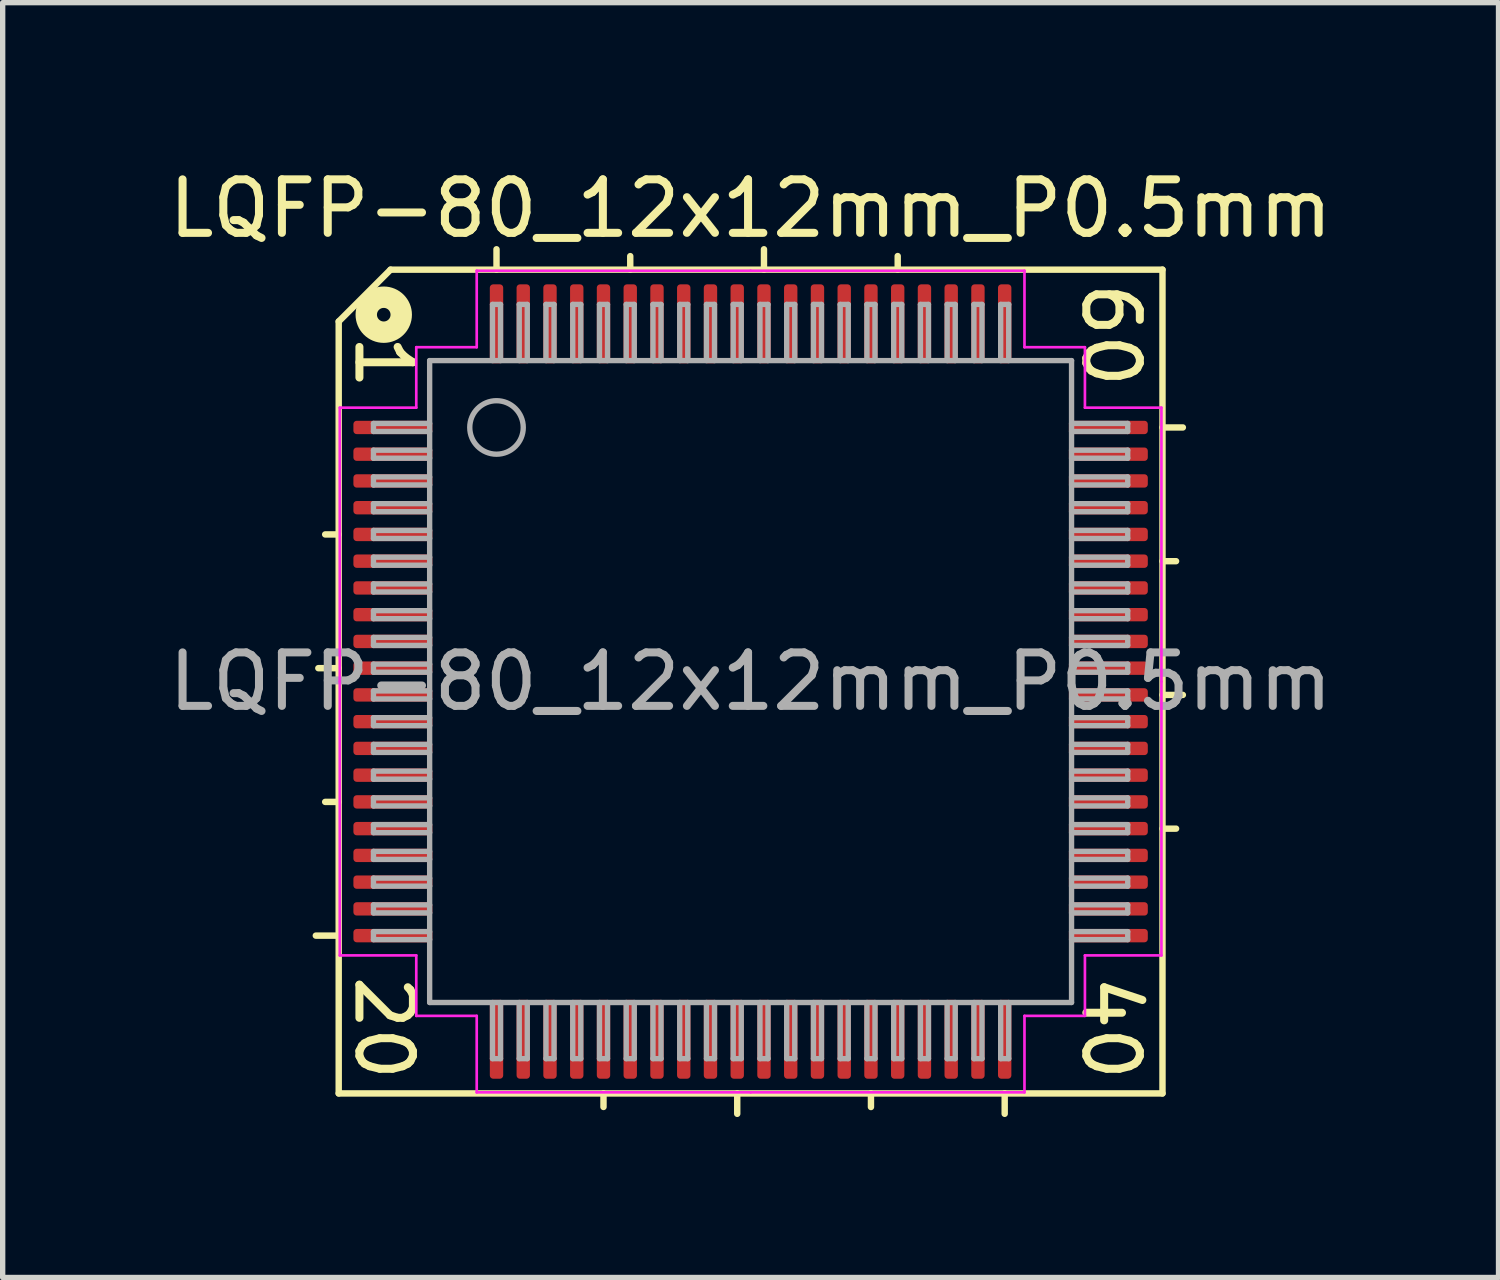
<source format=kicad_pcb>
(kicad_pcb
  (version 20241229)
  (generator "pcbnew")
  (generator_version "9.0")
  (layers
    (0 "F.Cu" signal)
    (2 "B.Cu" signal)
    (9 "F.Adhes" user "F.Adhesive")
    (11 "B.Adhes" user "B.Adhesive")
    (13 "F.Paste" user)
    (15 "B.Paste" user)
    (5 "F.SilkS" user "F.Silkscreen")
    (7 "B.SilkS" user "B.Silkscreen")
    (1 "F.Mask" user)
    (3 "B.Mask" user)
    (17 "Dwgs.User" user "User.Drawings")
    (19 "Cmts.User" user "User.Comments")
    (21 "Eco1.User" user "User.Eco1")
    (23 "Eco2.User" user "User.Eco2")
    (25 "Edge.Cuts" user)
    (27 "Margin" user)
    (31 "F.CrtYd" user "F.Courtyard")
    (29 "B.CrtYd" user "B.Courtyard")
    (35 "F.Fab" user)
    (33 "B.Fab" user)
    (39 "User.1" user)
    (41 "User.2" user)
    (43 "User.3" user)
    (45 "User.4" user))
  (footprint "LQFP-80_12x12mm_P0.5mm"
    (layer "F.Cu")
    (at 10.982 9.691)
    (property "Reference" "LQFP-80_12x12mm_P0.5mm" (at 0 -8.843 0) (layer "F.SilkS") (effects (font (size 1 1) (thickness 0.15))))
    (attr smd)
    (fp_line (start -8.128 4.75) (end -7.747 4.75) (stroke (width 0.12) (type solid)) (layer "F.SilkS"))
    (fp_line (start -8.081 -0.25) (end -7.7 -0.25) (stroke (width 0.12) (type solid)) (layer "F.SilkS"))
    (fp_line (start -7.953 2.25) (end -7.7 2.25) (stroke (width 0.12) (type solid)) (layer "F.SilkS"))
    (fp_line (start -7.7 -6.731) (end -7.7 7.7) (stroke (width 0.12) (type solid)) (layer "F.SilkS"))
    (fp_line (start -7.7 -2.75) (end -7.953 -2.75) (stroke (width 0.12) (type solid)) (layer "F.SilkS"))
    (fp_line (start -7.7 7.7) (end 7.7 7.7) (stroke (width 0.12) (type solid)) (layer "F.SilkS"))
    (fp_line (start -6.731 -7.7) (end -7.7 -6.731) (stroke (width 0.12) (type solid)) (layer "F.SilkS"))
    (fp_line (start -4.75 -7.7) (end -4.75 -8.081) (stroke (width 0.12) (type solid)) (layer "F.SilkS"))
    (fp_line (start -2.75 7.953) (end -2.75 7.7) (stroke (width 0.12) (type solid)) (layer "F.SilkS"))
    (fp_line (start -2.25 -7.7) (end -2.25 -7.953) (stroke (width 0.12) (type solid)) (layer "F.SilkS"))
    (fp_line (start -0.25 8.081) (end -0.25 7.7) (stroke (width 0.12) (type solid)) (layer "F.SilkS"))
    (fp_line (start 0.25 -7.7) (end 0.25 -8.081) (stroke (width 0.12) (type solid)) (layer "F.SilkS"))
    (fp_line (start 2.25 7.954) (end 2.25 7.7) (stroke (width 0.12) (type solid)) (layer "F.SilkS"))
    (fp_line (start 2.75 -7.7) (end 2.75 -7.954) (stroke (width 0.12) (type solid)) (layer "F.SilkS"))
    (fp_line (start 4.75 8.081) (end 4.75 7.7) (stroke (width 0.12) (type solid)) (layer "F.SilkS"))
    (fp_line (start 7.7 -7.7) (end -6.731 -7.7) (stroke (width 0.12) (type solid)) (layer "F.SilkS"))
    (fp_line (start 7.7 -4.75) (end 8.081 -4.75) (stroke (width 0.12) (type solid)) (layer "F.SilkS"))
    (fp_line (start 7.7 -2.25) (end 7.954 -2.25) (stroke (width 0.12) (type solid)) (layer "F.SilkS"))
    (fp_line (start 7.7 0.25) (end 8.081 0.25) (stroke (width 0.12) (type solid)) (layer "F.SilkS"))
    (fp_line (start 7.7 7.7) (end 7.7 -7.7) (stroke (width 0.12) (type solid)) (layer "F.SilkS"))
    (fp_line (start 7.701 2.75) (end 7.954 2.75) (stroke (width 0.12) (type solid)) (layer "F.SilkS"))
    (fp_circle (center -6.858 -6.858) (end -6.731 -6.858) (stroke (width 0.4) (type solid)) (fill no) (layer "F.SilkS"))
    (fp_line (start -7.68 -5.12) (end -7.68 0) (stroke (width 0.05) (type solid)) (layer "F.CrtYd"))
    (fp_line (start -7.68 5.12) (end -7.68 0) (stroke (width 0.05) (type solid)) (layer "F.CrtYd"))
    (fp_line (start -6.25 -6.25) (end -6.25 -5.12) (stroke (width 0.05) (type solid)) (layer "F.CrtYd"))
    (fp_line (start -6.25 -5.12) (end -7.68 -5.12) (stroke (width 0.05) (type solid)) (layer "F.CrtYd"))
    (fp_line (start -6.25 5.12) (end -7.68 5.12) (stroke (width 0.05) (type solid)) (layer "F.CrtYd"))
    (fp_line (start -6.25 6.25) (end -6.25 5.12) (stroke (width 0.05) (type solid)) (layer "F.CrtYd"))
    (fp_line (start -5.12 -7.68) (end -5.12 -6.25) (stroke (width 0.05) (type solid)) (layer "F.CrtYd"))
    (fp_line (start -5.12 -6.25) (end -6.25 -6.25) (stroke (width 0.05) (type solid)) (layer "F.CrtYd"))
    (fp_line (start -5.12 6.25) (end -6.25 6.25) (stroke (width 0.05) (type solid)) (layer "F.CrtYd"))
    (fp_line (start -5.12 7.68) (end -5.12 6.25) (stroke (width 0.05) (type solid)) (layer "F.CrtYd"))
    (fp_line (start 0 -7.68) (end -5.12 -7.68) (stroke (width 0.05) (type solid)) (layer "F.CrtYd"))
    (fp_line (start 0 -7.68) (end 5.12 -7.68) (stroke (width 0.05) (type solid)) (layer "F.CrtYd"))
    (fp_line (start 0 7.68) (end -5.12 7.68) (stroke (width 0.05) (type solid)) (layer "F.CrtYd"))
    (fp_line (start 0 7.68) (end 5.12 7.68) (stroke (width 0.05) (type solid)) (layer "F.CrtYd"))
    (fp_line (start 5.12 -7.68) (end 5.12 -6.25) (stroke (width 0.05) (type solid)) (layer "F.CrtYd"))
    (fp_line (start 5.12 -6.25) (end 6.25 -6.25) (stroke (width 0.05) (type solid)) (layer "F.CrtYd"))
    (fp_line (start 5.12 6.25) (end 6.25 6.25) (stroke (width 0.05) (type solid)) (layer "F.CrtYd"))
    (fp_line (start 5.12 7.68) (end 5.12 6.25) (stroke (width 0.05) (type solid)) (layer "F.CrtYd"))
    (fp_line (start 6.25 -6.25) (end 6.25 -5.12) (stroke (width 0.05) (type solid)) (layer "F.CrtYd"))
    (fp_line (start 6.25 -5.12) (end 7.68 -5.12) (stroke (width 0.05) (type solid)) (layer "F.CrtYd"))
    (fp_line (start 6.25 5.12) (end 7.68 5.12) (stroke (width 0.05) (type solid)) (layer "F.CrtYd"))
    (fp_line (start 6.25 6.25) (end 6.25 5.12) (stroke (width 0.05) (type solid)) (layer "F.CrtYd"))
    (fp_line (start 7.68 -5.12) (end 7.68 0) (stroke (width 0.05) (type solid)) (layer "F.CrtYd"))
    (fp_line (start 7.68 5.12) (end 7.68 0) (stroke (width 0.05) (type solid)) (layer "F.CrtYd"))
    (fp_line (start -7.05 -4.825) (end -7.05 -4.675) (stroke (width 0.1) (type solid)) (layer "F.Fab"))
    (fp_line (start -7.05 -4.825) (end -6 -4.825) (stroke (width 0.1) (type solid)) (layer "F.Fab"))
    (fp_line (start -7.05 -4.675) (end -6 -4.675) (stroke (width 0.1) (type solid)) (layer "F.Fab"))
    (fp_line (start -7.05 -4.325) (end -7.05 -4.175) (stroke (width 0.1) (type solid)) (layer "F.Fab"))
    (fp_line (start -7.05 -4.325) (end -6 -4.325) (stroke (width 0.1) (type solid)) (layer "F.Fab"))
    (fp_line (start -7.05 -4.175) (end -6 -4.175) (stroke (width 0.1) (type solid)) (layer "F.Fab"))
    (fp_line (start -7.05 -3.825) (end -7.05 -3.675) (stroke (width 0.1) (type solid)) (layer "F.Fab"))
    (fp_line (start -7.05 -3.825) (end -6 -3.825) (stroke (width 0.1) (type solid)) (layer "F.Fab"))
    (fp_line (start -7.05 -3.675) (end -6 -3.675) (stroke (width 0.1) (type solid)) (layer "F.Fab"))
    (fp_line (start -7.05 -3.325) (end -7.05 -3.175) (stroke (width 0.1) (type solid)) (layer "F.Fab"))
    (fp_line (start -7.05 -3.325) (end -6 -3.325) (stroke (width 0.1) (type solid)) (layer "F.Fab"))
    (fp_line (start -7.05 -3.175) (end -6 -3.175) (stroke (width 0.1) (type solid)) (layer "F.Fab"))
    (fp_line (start -7.05 -2.825) (end -7.05 -2.675) (stroke (width 0.1) (type solid)) (layer "F.Fab"))
    (fp_line (start -7.05 -2.825) (end -6 -2.825) (stroke (width 0.1) (type solid)) (layer "F.Fab"))
    (fp_line (start -7.05 -2.675) (end -6 -2.675) (stroke (width 0.1) (type solid)) (layer "F.Fab"))
    (fp_line (start -7.05 -2.325) (end -7.05 -2.175) (stroke (width 0.1) (type solid)) (layer "F.Fab"))
    (fp_line (start -7.05 -2.325) (end -6 -2.325) (stroke (width 0.1) (type solid)) (layer "F.Fab"))
    (fp_line (start -7.05 -2.175) (end -6 -2.175) (stroke (width 0.1) (type solid)) (layer "F.Fab"))
    (fp_line (start -7.05 -1.825) (end -7.05 -1.675) (stroke (width 0.1) (type solid)) (layer "F.Fab"))
    (fp_line (start -7.05 -1.825) (end -6 -1.825) (stroke (width 0.1) (type solid)) (layer "F.Fab"))
    (fp_line (start -7.05 -1.675) (end -6 -1.675) (stroke (width 0.1) (type solid)) (layer "F.Fab"))
    (fp_line (start -7.05 -1.325) (end -7.05 -1.175) (stroke (width 0.1) (type solid)) (layer "F.Fab"))
    (fp_line (start -7.05 -1.325) (end -6 -1.325) (stroke (width 0.1) (type solid)) (layer "F.Fab"))
    (fp_line (start -7.05 -1.175) (end -6 -1.175) (stroke (width 0.1) (type solid)) (layer "F.Fab"))
    (fp_line (start -7.05 -0.825) (end -7.05 -0.675) (stroke (width 0.1) (type solid)) (layer "F.Fab"))
    (fp_line (start -7.05 -0.825) (end -6 -0.825) (stroke (width 0.1) (type solid)) (layer "F.Fab"))
    (fp_line (start -7.05 -0.675) (end -6 -0.675) (stroke (width 0.1) (type solid)) (layer "F.Fab"))
    (fp_line (start -7.05 -0.325) (end -7.05 -0.175) (stroke (width 0.1) (type solid)) (layer "F.Fab"))
    (fp_line (start -7.05 -0.325) (end -6 -0.325) (stroke (width 0.1) (type solid)) (layer "F.Fab"))
    (fp_line (start -7.05 -0.175) (end -6 -0.175) (stroke (width 0.1) (type solid)) (layer "F.Fab"))
    (fp_line (start -7.05 0.175) (end -7.05 0.325) (stroke (width 0.1) (type solid)) (layer "F.Fab"))
    (fp_line (start -7.05 0.175) (end -6 0.175) (stroke (width 0.1) (type solid)) (layer "F.Fab"))
    (fp_line (start -7.05 0.325) (end -6 0.325) (stroke (width 0.1) (type solid)) (layer "F.Fab"))
    (fp_line (start -7.05 0.675) (end -7.05 0.825) (stroke (width 0.1) (type solid)) (layer "F.Fab"))
    (fp_line (start -7.05 0.675) (end -6 0.675) (stroke (width 0.1) (type solid)) (layer "F.Fab"))
    (fp_line (start -7.05 0.825) (end -6 0.825) (stroke (width 0.1) (type solid)) (layer "F.Fab"))
    (fp_line (start -7.05 1.175) (end -7.05 1.325) (stroke (width 0.1) (type solid)) (layer "F.Fab"))
    (fp_line (start -7.05 1.175) (end -6 1.175) (stroke (width 0.1) (type solid)) (layer "F.Fab"))
    (fp_line (start -7.05 1.325) (end -6 1.325) (stroke (width 0.1) (type solid)) (layer "F.Fab"))
    (fp_line (start -7.05 1.675) (end -7.05 1.825) (stroke (width 0.1) (type solid)) (layer "F.Fab"))
    (fp_line (start -7.05 1.675) (end -6 1.675) (stroke (width 0.1) (type solid)) (layer "F.Fab"))
    (fp_line (start -7.05 1.825) (end -6 1.825) (stroke (width 0.1) (type solid)) (layer "F.Fab"))
    (fp_line (start -7.05 2.175) (end -7.05 2.325) (stroke (width 0.1) (type solid)) (layer "F.Fab"))
    (fp_line (start -7.05 2.175) (end -6 2.175) (stroke (width 0.1) (type solid)) (layer "F.Fab"))
    (fp_line (start -7.05 2.325) (end -6 2.325) (stroke (width 0.1) (type solid)) (layer "F.Fab"))
    (fp_line (start -7.05 2.675) (end -7.05 2.825) (stroke (width 0.1) (type solid)) (layer "F.Fab"))
    (fp_line (start -7.05 2.675) (end -6 2.675) (stroke (width 0.1) (type solid)) (layer "F.Fab"))
    (fp_line (start -7.05 2.825) (end -6 2.825) (stroke (width 0.1) (type solid)) (layer "F.Fab"))
    (fp_line (start -7.05 3.175) (end -7.05 3.325) (stroke (width 0.1) (type solid)) (layer "F.Fab"))
    (fp_line (start -7.05 3.175) (end -6 3.175) (stroke (width 0.1) (type solid)) (layer "F.Fab"))
    (fp_line (start -7.05 3.325) (end -6 3.325) (stroke (width 0.1) (type solid)) (layer "F.Fab"))
    (fp_line (start -7.05 3.675) (end -7.05 3.825) (stroke (width 0.1) (type solid)) (layer "F.Fab"))
    (fp_line (start -7.05 3.675) (end -6 3.675) (stroke (width 0.1) (type solid)) (layer "F.Fab"))
    (fp_line (start -7.05 3.825) (end -6 3.825) (stroke (width 0.1) (type solid)) (layer "F.Fab"))
    (fp_line (start -7.05 4.175) (end -7.05 4.325) (stroke (width 0.1) (type solid)) (layer "F.Fab"))
    (fp_line (start -7.05 4.175) (end -6 4.175) (stroke (width 0.1) (type solid)) (layer "F.Fab"))
    (fp_line (start -7.05 4.325) (end -6 4.325) (stroke (width 0.1) (type solid)) (layer "F.Fab"))
    (fp_line (start -7.05 4.675) (end -7.05 4.825) (stroke (width 0.1) (type solid)) (layer "F.Fab"))
    (fp_line (start -7.05 4.675) (end -6 4.675) (stroke (width 0.1) (type solid)) (layer "F.Fab"))
    (fp_line (start -7.05 4.825) (end -6 4.825) (stroke (width 0.1) (type solid)) (layer "F.Fab"))
    (fp_line (start -6 -6) (end 6 -6) (stroke (width 0.1) (type solid)) (layer "F.Fab"))
    (fp_line (start -6 6) (end -6 -6) (stroke (width 0.1) (type solid)) (layer "F.Fab"))
    (fp_line (start -4.825 -7.05) (end -4.825 -6) (stroke (width 0.1) (type solid)) (layer "F.Fab"))
    (fp_line (start -4.825 7.05) (end -4.825 6) (stroke (width 0.1) (type solid)) (layer "F.Fab"))
    (fp_line (start -4.825 7.05) (end -4.675 7.05) (stroke (width 0.1) (type solid)) (layer "F.Fab"))
    (fp_line (start -4.675 -7.05) (end -4.825 -7.05) (stroke (width 0.1) (type solid)) (layer "F.Fab"))
    (fp_line (start -4.675 -7.05) (end -4.675 -6) (stroke (width 0.1) (type solid)) (layer "F.Fab"))
    (fp_line (start -4.675 7.05) (end -4.675 6) (stroke (width 0.1) (type solid)) (layer "F.Fab"))
    (fp_line (start -4.325 -7.05) (end -4.325 -6) (stroke (width 0.1) (type solid)) (layer "F.Fab"))
    (fp_line (start -4.325 7.05) (end -4.325 6) (stroke (width 0.1) (type solid)) (layer "F.Fab"))
    (fp_line (start -4.325 7.05) (end -4.175 7.05) (stroke (width 0.1) (type solid)) (layer "F.Fab"))
    (fp_line (start -4.175 -7.05) (end -4.325 -7.05) (stroke (width 0.1) (type solid)) (layer "F.Fab"))
    (fp_line (start -4.175 -7.05) (end -4.175 -6) (stroke (width 0.1) (type solid)) (layer "F.Fab"))
    (fp_line (start -4.175 7.05) (end -4.175 6) (stroke (width 0.1) (type solid)) (layer "F.Fab"))
    (fp_line (start -3.825 -7.05) (end -3.825 -6) (stroke (width 0.1) (type solid)) (layer "F.Fab"))
    (fp_line (start -3.825 7.05) (end -3.825 6) (stroke (width 0.1) (type solid)) (layer "F.Fab"))
    (fp_line (start -3.825 7.05) (end -3.675 7.05) (stroke (width 0.1) (type solid)) (layer "F.Fab"))
    (fp_line (start -3.675 -7.05) (end -3.825 -7.05) (stroke (width 0.1) (type solid)) (layer "F.Fab"))
    (fp_line (start -3.675 -7.05) (end -3.675 -6) (stroke (width 0.1) (type solid)) (layer "F.Fab"))
    (fp_line (start -3.675 7.05) (end -3.675 6) (stroke (width 0.1) (type solid)) (layer "F.Fab"))
    (fp_line (start -3.325 -7.05) (end -3.325 -6) (stroke (width 0.1) (type solid)) (layer "F.Fab"))
    (fp_line (start -3.325 7.05) (end -3.325 6) (stroke (width 0.1) (type solid)) (layer "F.Fab"))
    (fp_line (start -3.325 7.05) (end -3.175 7.05) (stroke (width 0.1) (type solid)) (layer "F.Fab"))
    (fp_line (start -3.175 -7.05) (end -3.325 -7.05) (stroke (width 0.1) (type solid)) (layer "F.Fab"))
    (fp_line (start -3.175 -7.05) (end -3.175 -6) (stroke (width 0.1) (type solid)) (layer "F.Fab"))
    (fp_line (start -3.175 7.05) (end -3.175 6) (stroke (width 0.1) (type solid)) (layer "F.Fab"))
    (fp_line (start -2.825 -7.05) (end -2.825 -6) (stroke (width 0.1) (type solid)) (layer "F.Fab"))
    (fp_line (start -2.825 7.05) (end -2.825 6) (stroke (width 0.1) (type solid)) (layer "F.Fab"))
    (fp_line (start -2.825 7.05) (end -2.675 7.05) (stroke (width 0.1) (type solid)) (layer "F.Fab"))
    (fp_line (start -2.675 -7.05) (end -2.825 -7.05) (stroke (width 0.1) (type solid)) (layer "F.Fab"))
    (fp_line (start -2.675 -7.05) (end -2.675 -6) (stroke (width 0.1) (type solid)) (layer "F.Fab"))
    (fp_line (start -2.675 7.05) (end -2.675 6) (stroke (width 0.1) (type solid)) (layer "F.Fab"))
    (fp_line (start -2.325 -7.05) (end -2.325 -6) (stroke (width 0.1) (type solid)) (layer "F.Fab"))
    (fp_line (start -2.325 7.05) (end -2.325 6) (stroke (width 0.1) (type solid)) (layer "F.Fab"))
    (fp_line (start -2.325 7.05) (end -2.175 7.05) (stroke (width 0.1) (type solid)) (layer "F.Fab"))
    (fp_line (start -2.175 -7.05) (end -2.325 -7.05) (stroke (width 0.1) (type solid)) (layer "F.Fab"))
    (fp_line (start -2.175 -7.05) (end -2.175 -6) (stroke (width 0.1) (type solid)) (layer "F.Fab"))
    (fp_line (start -2.175 7.05) (end -2.175 6) (stroke (width 0.1) (type solid)) (layer "F.Fab"))
    (fp_line (start -1.825 -7.05) (end -1.825 -6) (stroke (width 0.1) (type solid)) (layer "F.Fab"))
    (fp_line (start -1.825 7.05) (end -1.825 6) (stroke (width 0.1) (type solid)) (layer "F.Fab"))
    (fp_line (start -1.825 7.05) (end -1.675 7.05) (stroke (width 0.1) (type solid)) (layer "F.Fab"))
    (fp_line (start -1.675 -7.05) (end -1.825 -7.05) (stroke (width 0.1) (type solid)) (layer "F.Fab"))
    (fp_line (start -1.675 -7.05) (end -1.675 -6) (stroke (width 0.1) (type solid)) (layer "F.Fab"))
    (fp_line (start -1.675 7.05) (end -1.675 6) (stroke (width 0.1) (type solid)) (layer "F.Fab"))
    (fp_line (start -1.325 -7.05) (end -1.325 -6) (stroke (width 0.1) (type solid)) (layer "F.Fab"))
    (fp_line (start -1.325 7.05) (end -1.325 6) (stroke (width 0.1) (type solid)) (layer "F.Fab"))
    (fp_line (start -1.325 7.05) (end -1.175 7.05) (stroke (width 0.1) (type solid)) (layer "F.Fab"))
    (fp_line (start -1.175 -7.05) (end -1.325 -7.05) (stroke (width 0.1) (type solid)) (layer "F.Fab"))
    (fp_line (start -1.175 -7.05) (end -1.175 -6) (stroke (width 0.1) (type solid)) (layer "F.Fab"))
    (fp_line (start -1.175 7.05) (end -1.175 6) (stroke (width 0.1) (type solid)) (layer "F.Fab"))
    (fp_line (start -0.825 -7.05) (end -0.825 -6) (stroke (width 0.1) (type solid)) (layer "F.Fab"))
    (fp_line (start -0.825 7.05) (end -0.825 6) (stroke (width 0.1) (type solid)) (layer "F.Fab"))
    (fp_line (start -0.825 7.05) (end -0.675 7.05) (stroke (width 0.1) (type solid)) (layer "F.Fab"))
    (fp_line (start -0.675 -7.05) (end -0.825 -7.05) (stroke (width 0.1) (type solid)) (layer "F.Fab"))
    (fp_line (start -0.675 -7.05) (end -0.675 -6) (stroke (width 0.1) (type solid)) (layer "F.Fab"))
    (fp_line (start -0.675 7.05) (end -0.675 6) (stroke (width 0.1) (type solid)) (layer "F.Fab"))
    (fp_line (start -0.325 -7.05) (end -0.325 -6) (stroke (width 0.1) (type solid)) (layer "F.Fab"))
    (fp_line (start -0.325 7.05) (end -0.325 6) (stroke (width 0.1) (type solid)) (layer "F.Fab"))
    (fp_line (start -0.325 7.05) (end -0.175 7.05) (stroke (width 0.1) (type solid)) (layer "F.Fab"))
    (fp_line (start -0.175 -7.05) (end -0.325 -7.05) (stroke (width 0.1) (type solid)) (layer "F.Fab"))
    (fp_line (start -0.175 -7.05) (end -0.175 -6) (stroke (width 0.1) (type solid)) (layer "F.Fab"))
    (fp_line (start -0.175 7.05) (end -0.175 6) (stroke (width 0.1) (type solid)) (layer "F.Fab"))
    (fp_line (start 0.175 -7.05) (end 0.175 -6) (stroke (width 0.1) (type solid)) (layer "F.Fab"))
    (fp_line (start 0.175 7.05) (end 0.175 6) (stroke (width 0.1) (type solid)) (layer "F.Fab"))
    (fp_line (start 0.175 7.05) (end 0.325 7.05) (stroke (width 0.1) (type solid)) (layer "F.Fab"))
    (fp_line (start 0.325 -7.05) (end 0.175 -7.05) (stroke (width 0.1) (type solid)) (layer "F.Fab"))
    (fp_line (start 0.325 -7.05) (end 0.325 -6) (stroke (width 0.1) (type solid)) (layer "F.Fab"))
    (fp_line (start 0.325 7.05) (end 0.325 6) (stroke (width 0.1) (type solid)) (layer "F.Fab"))
    (fp_line (start 0.675 -7.05) (end 0.675 -6) (stroke (width 0.1) (type solid)) (layer "F.Fab"))
    (fp_line (start 0.675 7.05) (end 0.675 6) (stroke (width 0.1) (type solid)) (layer "F.Fab"))
    (fp_line (start 0.675 7.05) (end 0.825 7.05) (stroke (width 0.1) (type solid)) (layer "F.Fab"))
    (fp_line (start 0.825 -7.05) (end 0.675 -7.05) (stroke (width 0.1) (type solid)) (layer "F.Fab"))
    (fp_line (start 0.825 -7.05) (end 0.825 -6) (stroke (width 0.1) (type solid)) (layer "F.Fab"))
    (fp_line (start 0.825 7.05) (end 0.825 6) (stroke (width 0.1) (type solid)) (layer "F.Fab"))
    (fp_line (start 1.175 -7.05) (end 1.175 -6) (stroke (width 0.1) (type solid)) (layer "F.Fab"))
    (fp_line (start 1.175 7.05) (end 1.175 6) (stroke (width 0.1) (type solid)) (layer "F.Fab"))
    (fp_line (start 1.175 7.05) (end 1.325 7.05) (stroke (width 0.1) (type solid)) (layer "F.Fab"))
    (fp_line (start 1.325 -7.05) (end 1.175 -7.05) (stroke (width 0.1) (type solid)) (layer "F.Fab"))
    (fp_line (start 1.325 -7.05) (end 1.325 -6) (stroke (width 0.1) (type solid)) (layer "F.Fab"))
    (fp_line (start 1.325 7.05) (end 1.325 6) (stroke (width 0.1) (type solid)) (layer "F.Fab"))
    (fp_line (start 1.675 -7.05) (end 1.675 -6) (stroke (width 0.1) (type solid)) (layer "F.Fab"))
    (fp_line (start 1.675 7.05) (end 1.675 6) (stroke (width 0.1) (type solid)) (layer "F.Fab"))
    (fp_line (start 1.675 7.05) (end 1.825 7.05) (stroke (width 0.1) (type solid)) (layer "F.Fab"))
    (fp_line (start 1.825 -7.05) (end 1.675 -7.05) (stroke (width 0.1) (type solid)) (layer "F.Fab"))
    (fp_line (start 1.825 -7.05) (end 1.825 -6) (stroke (width 0.1) (type solid)) (layer "F.Fab"))
    (fp_line (start 1.825 7.05) (end 1.825 6) (stroke (width 0.1) (type solid)) (layer "F.Fab"))
    (fp_line (start 2.175 -7.05) (end 2.175 -6) (stroke (width 0.1) (type solid)) (layer "F.Fab"))
    (fp_line (start 2.175 7.05) (end 2.175 6) (stroke (width 0.1) (type solid)) (layer "F.Fab"))
    (fp_line (start 2.175 7.05) (end 2.325 7.05) (stroke (width 0.1) (type solid)) (layer "F.Fab"))
    (fp_line (start 2.325 -7.05) (end 2.175 -7.05) (stroke (width 0.1) (type solid)) (layer "F.Fab"))
    (fp_line (start 2.325 -7.05) (end 2.325 -6) (stroke (width 0.1) (type solid)) (layer "F.Fab"))
    (fp_line (start 2.325 7.05) (end 2.325 6) (stroke (width 0.1) (type solid)) (layer "F.Fab"))
    (fp_line (start 2.675 -7.05) (end 2.675 -6) (stroke (width 0.1) (type solid)) (layer "F.Fab"))
    (fp_line (start 2.675 7.05) (end 2.675 6) (stroke (width 0.1) (type solid)) (layer "F.Fab"))
    (fp_line (start 2.675 7.05) (end 2.825 7.05) (stroke (width 0.1) (type solid)) (layer "F.Fab"))
    (fp_line (start 2.825 -7.05) (end 2.675 -7.05) (stroke (width 0.1) (type solid)) (layer "F.Fab"))
    (fp_line (start 2.825 -7.05) (end 2.825 -6) (stroke (width 0.1) (type solid)) (layer "F.Fab"))
    (fp_line (start 2.825 7.05) (end 2.825 6) (stroke (width 0.1) (type solid)) (layer "F.Fab"))
    (fp_line (start 3.175 -7.05) (end 3.175 -6) (stroke (width 0.1) (type solid)) (layer "F.Fab"))
    (fp_line (start 3.175 7.05) (end 3.175 6) (stroke (width 0.1) (type solid)) (layer "F.Fab"))
    (fp_line (start 3.175 7.05) (end 3.325 7.05) (stroke (width 0.1) (type solid)) (layer "F.Fab"))
    (fp_line (start 3.325 -7.05) (end 3.175 -7.05) (stroke (width 0.1) (type solid)) (layer "F.Fab"))
    (fp_line (start 3.325 -7.05) (end 3.325 -6) (stroke (width 0.1) (type solid)) (layer "F.Fab"))
    (fp_line (start 3.325 7.05) (end 3.325 6) (stroke (width 0.1) (type solid)) (layer "F.Fab"))
    (fp_line (start 3.675 -7.05) (end 3.675 -6) (stroke (width 0.1) (type solid)) (layer "F.Fab"))
    (fp_line (start 3.675 7.05) (end 3.675 6) (stroke (width 0.1) (type solid)) (layer "F.Fab"))
    (fp_line (start 3.675 7.05) (end 3.825 7.05) (stroke (width 0.1) (type solid)) (layer "F.Fab"))
    (fp_line (start 3.825 -7.05) (end 3.675 -7.05) (stroke (width 0.1) (type solid)) (layer "F.Fab"))
    (fp_line (start 3.825 -7.05) (end 3.825 -6) (stroke (width 0.1) (type solid)) (layer "F.Fab"))
    (fp_line (start 3.825 7.05) (end 3.825 6) (stroke (width 0.1) (type solid)) (layer "F.Fab"))
    (fp_line (start 4.175 -7.05) (end 4.175 -6) (stroke (width 0.1) (type solid)) (layer "F.Fab"))
    (fp_line (start 4.175 7.05) (end 4.175 6) (stroke (width 0.1) (type solid)) (layer "F.Fab"))
    (fp_line (start 4.175 7.05) (end 4.325 7.05) (stroke (width 0.1) (type solid)) (layer "F.Fab"))
    (fp_line (start 4.325 -7.05) (end 4.175 -7.05) (stroke (width 0.1) (type solid)) (layer "F.Fab"))
    (fp_line (start 4.325 -7.05) (end 4.325 -6) (stroke (width 0.1) (type solid)) (layer "F.Fab"))
    (fp_line (start 4.325 7.05) (end 4.325 6) (stroke (width 0.1) (type solid)) (layer "F.Fab"))
    (fp_line (start 4.675 -7.05) (end 4.675 -6) (stroke (width 0.1) (type solid)) (layer "F.Fab"))
    (fp_line (start 4.675 7.05) (end 4.675 6) (stroke (width 0.1) (type solid)) (layer "F.Fab"))
    (fp_line (start 4.675 7.05) (end 4.825 7.05) (stroke (width 0.1) (type solid)) (layer "F.Fab"))
    (fp_line (start 4.825 -7.05) (end 4.675 -7.05) (stroke (width 0.1) (type solid)) (layer "F.Fab"))
    (fp_line (start 4.825 -7.05) (end 4.825 -6) (stroke (width 0.1) (type solid)) (layer "F.Fab"))
    (fp_line (start 4.825 7.05) (end 4.825 6) (stroke (width 0.1) (type solid)) (layer "F.Fab"))
    (fp_line (start 6 -6) (end 6 6) (stroke (width 0.1) (type solid)) (layer "F.Fab"))
    (fp_line (start 6 6) (end -6 6) (stroke (width 0.1) (type solid)) (layer "F.Fab"))
    (fp_line (start 7.05 -4.825) (end 6 -4.825) (stroke (width 0.1) (type solid)) (layer "F.Fab"))
    (fp_line (start 7.05 -4.675) (end 6 -4.675) (stroke (width 0.1) (type solid)) (layer "F.Fab"))
    (fp_line (start 7.05 -4.675) (end 7.05 -4.825) (stroke (width 0.1) (type solid)) (layer "F.Fab"))
    (fp_line (start 7.05 -4.325) (end 6 -4.325) (stroke (width 0.1) (type solid)) (layer "F.Fab"))
    (fp_line (start 7.05 -4.175) (end 6 -4.175) (stroke (width 0.1) (type solid)) (layer "F.Fab"))
    (fp_line (start 7.05 -4.175) (end 7.05 -4.325) (stroke (width 0.1) (type solid)) (layer "F.Fab"))
    (fp_line (start 7.05 -3.825) (end 6 -3.825) (stroke (width 0.1) (type solid)) (layer "F.Fab"))
    (fp_line (start 7.05 -3.675) (end 6 -3.675) (stroke (width 0.1) (type solid)) (layer "F.Fab"))
    (fp_line (start 7.05 -3.675) (end 7.05 -3.825) (stroke (width 0.1) (type solid)) (layer "F.Fab"))
    (fp_line (start 7.05 -3.325) (end 6 -3.325) (stroke (width 0.1) (type solid)) (layer "F.Fab"))
    (fp_line (start 7.05 -3.175) (end 6 -3.175) (stroke (width 0.1) (type solid)) (layer "F.Fab"))
    (fp_line (start 7.05 -3.175) (end 7.05 -3.325) (stroke (width 0.1) (type solid)) (layer "F.Fab"))
    (fp_line (start 7.05 -2.825) (end 6 -2.825) (stroke (width 0.1) (type solid)) (layer "F.Fab"))
    (fp_line (start 7.05 -2.675) (end 6 -2.675) (stroke (width 0.1) (type solid)) (layer "F.Fab"))
    (fp_line (start 7.05 -2.675) (end 7.05 -2.825) (stroke (width 0.1) (type solid)) (layer "F.Fab"))
    (fp_line (start 7.05 -2.325) (end 6 -2.325) (stroke (width 0.1) (type solid)) (layer "F.Fab"))
    (fp_line (start 7.05 -2.175) (end 6 -2.175) (stroke (width 0.1) (type solid)) (layer "F.Fab"))
    (fp_line (start 7.05 -2.175) (end 7.05 -2.325) (stroke (width 0.1) (type solid)) (layer "F.Fab"))
    (fp_line (start 7.05 -1.825) (end 6 -1.825) (stroke (width 0.1) (type solid)) (layer "F.Fab"))
    (fp_line (start 7.05 -1.675) (end 6 -1.675) (stroke (width 0.1) (type solid)) (layer "F.Fab"))
    (fp_line (start 7.05 -1.675) (end 7.05 -1.825) (stroke (width 0.1) (type solid)) (layer "F.Fab"))
    (fp_line (start 7.05 -1.325) (end 6 -1.325) (stroke (width 0.1) (type solid)) (layer "F.Fab"))
    (fp_line (start 7.05 -1.175) (end 6 -1.175) (stroke (width 0.1) (type solid)) (layer "F.Fab"))
    (fp_line (start 7.05 -1.175) (end 7.05 -1.325) (stroke (width 0.1) (type solid)) (layer "F.Fab"))
    (fp_line (start 7.05 -0.825) (end 6 -0.825) (stroke (width 0.1) (type solid)) (layer "F.Fab"))
    (fp_line (start 7.05 -0.675) (end 6 -0.675) (stroke (width 0.1) (type solid)) (layer "F.Fab"))
    (fp_line (start 7.05 -0.675) (end 7.05 -0.825) (stroke (width 0.1) (type solid)) (layer "F.Fab"))
    (fp_line (start 7.05 -0.325) (end 6 -0.325) (stroke (width 0.1) (type solid)) (layer "F.Fab"))
    (fp_line (start 7.05 -0.175) (end 6 -0.175) (stroke (width 0.1) (type solid)) (layer "F.Fab"))
    (fp_line (start 7.05 -0.175) (end 7.05 -0.325) (stroke (width 0.1) (type solid)) (layer "F.Fab"))
    (fp_line (start 7.05 0.175) (end 6 0.175) (stroke (width 0.1) (type solid)) (layer "F.Fab"))
    (fp_line (start 7.05 0.325) (end 6 0.325) (stroke (width 0.1) (type solid)) (layer "F.Fab"))
    (fp_line (start 7.05 0.325) (end 7.05 0.175) (stroke (width 0.1) (type solid)) (layer "F.Fab"))
    (fp_line (start 7.05 0.675) (end 6 0.675) (stroke (width 0.1) (type solid)) (layer "F.Fab"))
    (fp_line (start 7.05 0.825) (end 6 0.825) (stroke (width 0.1) (type solid)) (layer "F.Fab"))
    (fp_line (start 7.05 0.825) (end 7.05 0.675) (stroke (width 0.1) (type solid)) (layer "F.Fab"))
    (fp_line (start 7.05 1.175) (end 6 1.175) (stroke (width 0.1) (type solid)) (layer "F.Fab"))
    (fp_line (start 7.05 1.325) (end 6 1.325) (stroke (width 0.1) (type solid)) (layer "F.Fab"))
    (fp_line (start 7.05 1.325) (end 7.05 1.175) (stroke (width 0.1) (type solid)) (layer "F.Fab"))
    (fp_line (start 7.05 1.675) (end 6 1.675) (stroke (width 0.1) (type solid)) (layer "F.Fab"))
    (fp_line (start 7.05 1.825) (end 6 1.825) (stroke (width 0.1) (type solid)) (layer "F.Fab"))
    (fp_line (start 7.05 1.825) (end 7.05 1.675) (stroke (width 0.1) (type solid)) (layer "F.Fab"))
    (fp_line (start 7.05 2.175) (end 6 2.175) (stroke (width 0.1) (type solid)) (layer "F.Fab"))
    (fp_line (start 7.05 2.325) (end 6 2.325) (stroke (width 0.1) (type solid)) (layer "F.Fab"))
    (fp_line (start 7.05 2.325) (end 7.05 2.175) (stroke (width 0.1) (type solid)) (layer "F.Fab"))
    (fp_line (start 7.05 2.675) (end 6 2.675) (stroke (width 0.1) (type solid)) (layer "F.Fab"))
    (fp_line (start 7.05 2.825) (end 6 2.825) (stroke (width 0.1) (type solid)) (layer "F.Fab"))
    (fp_line (start 7.05 2.825) (end 7.05 2.675) (stroke (width 0.1) (type solid)) (layer "F.Fab"))
    (fp_line (start 7.05 3.175) (end 6 3.175) (stroke (width 0.1) (type solid)) (layer "F.Fab"))
    (fp_line (start 7.05 3.325) (end 6 3.325) (stroke (width 0.1) (type solid)) (layer "F.Fab"))
    (fp_line (start 7.05 3.325) (end 7.05 3.175) (stroke (width 0.1) (type solid)) (layer "F.Fab"))
    (fp_line (start 7.05 3.675) (end 6 3.675) (stroke (width 0.1) (type solid)) (layer "F.Fab"))
    (fp_line (start 7.05 3.825) (end 6 3.825) (stroke (width 0.1) (type solid)) (layer "F.Fab"))
    (fp_line (start 7.05 3.825) (end 7.05 3.675) (stroke (width 0.1) (type solid)) (layer "F.Fab"))
    (fp_line (start 7.05 4.175) (end 6 4.175) (stroke (width 0.1) (type solid)) (layer "F.Fab"))
    (fp_line (start 7.05 4.325) (end 6 4.325) (stroke (width 0.1) (type solid)) (layer "F.Fab"))
    (fp_line (start 7.05 4.325) (end 7.05 4.175) (stroke (width 0.1) (type solid)) (layer "F.Fab"))
    (fp_line (start 7.05 4.675) (end 6 4.675) (stroke (width 0.1) (type solid)) (layer "F.Fab"))
    (fp_line (start 7.05 4.825) (end 6 4.825) (stroke (width 0.1) (type solid)) (layer "F.Fab"))
    (fp_line (start 7.05 4.825) (end 7.05 4.675) (stroke (width 0.1) (type solid)) (layer "F.Fab"))
    (fp_circle (center -4.75 -4.75) (end -4.25 -4.75) (stroke (width 0.1) (type solid)) (fill no) (layer "F.Fab"))
    (fp_text user "1" (at -6.858 -5.969 270) (unlocked yes) (layer "F.SilkS") (effects (font (size 1 1) (thickness 0.15))))
    (fp_text user "20" (at -6.858 6.477 270) (unlocked yes) (layer "F.SilkS") (effects (font (size 1 1) (thickness 0.15))))
    (fp_text user "60" (at 6.731 -6.477 270) (unlocked yes) (layer "F.SilkS") (effects (font (size 1 1) (thickness 0.15))))
    (fp_text user "40" (at 6.731 6.477 270) (unlocked yes) (layer "F.SilkS") (effects (font (size 1 1) (thickness 0.15))))
    (fp_text user "${REFERENCE}" (at 0 0 0) (layer "F.Fab") (effects (font (size 1 1) (thickness 0.15))))
    (pad "1" smd roundrect (at -6.688 -4.75) (size 1.475 0.25) (layers "F.Cu" "F.Mask" "F.Paste") (roundrect_rratio 0.25))
    (pad "2" smd roundrect (at -6.688 -4.25) (size 1.475 0.25) (layers "F.Cu" "F.Mask" "F.Paste") (roundrect_rratio 0.25))
    (pad "3" smd roundrect (at -6.688 -3.75) (size 1.475 0.25) (layers "F.Cu" "F.Mask" "F.Paste") (roundrect_rratio 0.25))
    (pad "4" smd roundrect (at -6.688 -3.25) (size 1.475 0.25) (layers "F.Cu" "F.Mask" "F.Paste") (roundrect_rratio 0.25))
    (pad "5" smd roundrect (at -6.688 -2.75) (size 1.475 0.25) (layers "F.Cu" "F.Mask" "F.Paste") (roundrect_rratio 0.25))
    (pad "6" smd roundrect (at -6.688 -2.25) (size 1.475 0.25) (layers "F.Cu" "F.Mask" "F.Paste") (roundrect_rratio 0.25))
    (pad "7" smd roundrect (at -6.688 -1.75) (size 1.475 0.25) (layers "F.Cu" "F.Mask" "F.Paste") (roundrect_rratio 0.25))
    (pad "8" smd roundrect (at -6.688 -1.25) (size 1.475 0.25) (layers "F.Cu" "F.Mask" "F.Paste") (roundrect_rratio 0.25))
    (pad "9" smd roundrect (at -6.688 -0.75) (size 1.475 0.25) (layers "F.Cu" "F.Mask" "F.Paste") (roundrect_rratio 0.25))
    (pad "10" smd roundrect (at -6.688 -0.25) (size 1.475 0.25) (layers "F.Cu" "F.Mask" "F.Paste") (roundrect_rratio 0.25))
    (pad "11" smd roundrect (at -6.688 0.25) (size 1.475 0.25) (layers "F.Cu" "F.Mask" "F.Paste") (roundrect_rratio 0.25))
    (pad "12" smd roundrect (at -6.688 0.75) (size 1.475 0.25) (layers "F.Cu" "F.Mask" "F.Paste") (roundrect_rratio 0.25))
    (pad "13" smd roundrect (at -6.688 1.25) (size 1.475 0.25) (layers "F.Cu" "F.Mask" "F.Paste") (roundrect_rratio 0.25))
    (pad "14" smd roundrect (at -6.688 1.75) (size 1.475 0.25) (layers "F.Cu" "F.Mask" "F.Paste") (roundrect_rratio 0.25))
    (pad "15" smd roundrect (at -6.688 2.25) (size 1.475 0.25) (layers "F.Cu" "F.Mask" "F.Paste") (roundrect_rratio 0.25))
    (pad "16" smd roundrect (at -6.688 2.75) (size 1.475 0.25) (layers "F.Cu" "F.Mask" "F.Paste") (roundrect_rratio 0.25))
    (pad "17" smd roundrect (at -6.688 3.25) (size 1.475 0.25) (layers "F.Cu" "F.Mask" "F.Paste") (roundrect_rratio 0.25))
    (pad "18" smd roundrect (at -6.688 3.75) (size 1.475 0.25) (layers "F.Cu" "F.Mask" "F.Paste") (roundrect_rratio 0.25))
    (pad "19" smd roundrect (at -6.688 4.25) (size 1.475 0.25) (layers "F.Cu" "F.Mask" "F.Paste") (roundrect_rratio 0.25))
    (pad "20" smd roundrect (at -6.688 4.75) (size 1.475 0.25) (layers "F.Cu" "F.Mask" "F.Paste") (roundrect_rratio 0.25))
    (pad "21" smd roundrect (at -4.75 6.688) (size 0.25 1.475) (layers "F.Cu" "F.Mask" "F.Paste") (roundrect_rratio 0.25))
    (pad "22" smd roundrect (at -4.25 6.688) (size 0.25 1.475) (layers "F.Cu" "F.Mask" "F.Paste") (roundrect_rratio 0.25))
    (pad "23" smd roundrect (at -3.75 6.688) (size 0.25 1.475) (layers "F.Cu" "F.Mask" "F.Paste") (roundrect_rratio 0.25))
    (pad "24" smd roundrect (at -3.25 6.688) (size 0.25 1.475) (layers "F.Cu" "F.Mask" "F.Paste") (roundrect_rratio 0.25))
    (pad "25" smd roundrect (at -2.75 6.688) (size 0.25 1.475) (layers "F.Cu" "F.Mask" "F.Paste") (roundrect_rratio 0.25))
    (pad "26" smd roundrect (at -2.25 6.688) (size 0.25 1.475) (layers "F.Cu" "F.Mask" "F.Paste") (roundrect_rratio 0.25))
    (pad "27" smd roundrect (at -1.75 6.688) (size 0.25 1.475) (layers "F.Cu" "F.Mask" "F.Paste") (roundrect_rratio 0.25))
    (pad "28" smd roundrect (at -1.25 6.688) (size 0.25 1.475) (layers "F.Cu" "F.Mask" "F.Paste") (roundrect_rratio 0.25))
    (pad "29" smd roundrect (at -0.75 6.688) (size 0.25 1.475) (layers "F.Cu" "F.Mask" "F.Paste") (roundrect_rratio 0.25))
    (pad "30" smd roundrect (at -0.25 6.688) (size 0.25 1.475) (layers "F.Cu" "F.Mask" "F.Paste") (roundrect_rratio 0.25))
    (pad "31" smd roundrect (at 0.25 6.688) (size 0.25 1.475) (layers "F.Cu" "F.Mask" "F.Paste") (roundrect_rratio 0.25))
    (pad "32" smd roundrect (at 0.75 6.688) (size 0.25 1.475) (layers "F.Cu" "F.Mask" "F.Paste") (roundrect_rratio 0.25))
    (pad "33" smd roundrect (at 1.25 6.688) (size 0.25 1.475) (layers "F.Cu" "F.Mask" "F.Paste") (roundrect_rratio 0.25))
    (pad "34" smd roundrect (at 1.75 6.688) (size 0.25 1.475) (layers "F.Cu" "F.Mask" "F.Paste") (roundrect_rratio 0.25))
    (pad "35" smd roundrect (at 2.25 6.688) (size 0.25 1.475) (layers "F.Cu" "F.Mask" "F.Paste") (roundrect_rratio 0.25))
    (pad "36" smd roundrect (at 2.75 6.688) (size 0.25 1.475) (layers "F.Cu" "F.Mask" "F.Paste") (roundrect_rratio 0.25))
    (pad "37" smd roundrect (at 3.25 6.688) (size 0.25 1.475) (layers "F.Cu" "F.Mask" "F.Paste") (roundrect_rratio 0.25))
    (pad "38" smd roundrect (at 3.75 6.688) (size 0.25 1.475) (layers "F.Cu" "F.Mask" "F.Paste") (roundrect_rratio 0.25))
    (pad "39" smd roundrect (at 4.25 6.688) (size 0.25 1.475) (layers "F.Cu" "F.Mask" "F.Paste") (roundrect_rratio 0.25))
    (pad "40" smd roundrect (at 4.75 6.688) (size 0.25 1.475) (layers "F.Cu" "F.Mask" "F.Paste") (roundrect_rratio 0.25))
    (pad "41" smd roundrect (at 6.688 4.75) (size 1.475 0.25) (layers "F.Cu" "F.Mask" "F.Paste") (roundrect_rratio 0.25))
    (pad "42" smd roundrect (at 6.688 4.25) (size 1.475 0.25) (layers "F.Cu" "F.Mask" "F.Paste") (roundrect_rratio 0.25))
    (pad "43" smd roundrect (at 6.688 3.75) (size 1.475 0.25) (layers "F.Cu" "F.Mask" "F.Paste") (roundrect_rratio 0.25))
    (pad "44" smd roundrect (at 6.688 3.25) (size 1.475 0.25) (layers "F.Cu" "F.Mask" "F.Paste") (roundrect_rratio 0.25))
    (pad "45" smd roundrect (at 6.688 2.75) (size 1.475 0.25) (layers "F.Cu" "F.Mask" "F.Paste") (roundrect_rratio 0.25))
    (pad "46" smd roundrect (at 6.688 2.25) (size 1.475 0.25) (layers "F.Cu" "F.Mask" "F.Paste") (roundrect_rratio 0.25))
    (pad "47" smd roundrect (at 6.688 1.75) (size 1.475 0.25) (layers "F.Cu" "F.Mask" "F.Paste") (roundrect_rratio 0.25))
    (pad "48" smd roundrect (at 6.688 1.25) (size 1.475 0.25) (layers "F.Cu" "F.Mask" "F.Paste") (roundrect_rratio 0.25))
    (pad "49" smd roundrect (at 6.688 0.75) (size 1.475 0.25) (layers "F.Cu" "F.Mask" "F.Paste") (roundrect_rratio 0.25))
    (pad "50" smd roundrect (at 6.688 0.25) (size 1.475 0.25) (layers "F.Cu" "F.Mask" "F.Paste") (roundrect_rratio 0.25))
    (pad "51" smd roundrect (at 6.688 -0.25) (size 1.475 0.25) (layers "F.Cu" "F.Mask" "F.Paste") (roundrect_rratio 0.25))
    (pad "52" smd roundrect (at 6.688 -0.75) (size 1.475 0.25) (layers "F.Cu" "F.Mask" "F.Paste") (roundrect_rratio 0.25))
    (pad "53" smd roundrect (at 6.688 -1.25) (size 1.475 0.25) (layers "F.Cu" "F.Mask" "F.Paste") (roundrect_rratio 0.25))
    (pad "54" smd roundrect (at 6.688 -1.75) (size 1.475 0.25) (layers "F.Cu" "F.Mask" "F.Paste") (roundrect_rratio 0.25))
    (pad "55" smd roundrect (at 6.688 -2.25) (size 1.475 0.25) (layers "F.Cu" "F.Mask" "F.Paste") (roundrect_rratio 0.25))
    (pad "56" smd roundrect (at 6.688 -2.75) (size 1.475 0.25) (layers "F.Cu" "F.Mask" "F.Paste") (roundrect_rratio 0.25))
    (pad "57" smd roundrect (at 6.688 -3.25) (size 1.475 0.25) (layers "F.Cu" "F.Mask" "F.Paste") (roundrect_rratio 0.25))
    (pad "58" smd roundrect (at 6.688 -3.75) (size 1.475 0.25) (layers "F.Cu" "F.Mask" "F.Paste") (roundrect_rratio 0.25))
    (pad "59" smd roundrect (at 6.688 -4.25) (size 1.475 0.25) (layers "F.Cu" "F.Mask" "F.Paste") (roundrect_rratio 0.25))
    (pad "60" smd roundrect (at 6.688 -4.75) (size 1.475 0.25) (layers "F.Cu" "F.Mask" "F.Paste") (roundrect_rratio 0.25))
    (pad "61" smd roundrect (at 4.75 -6.688) (size 0.25 1.475) (layers "F.Cu" "F.Mask" "F.Paste") (roundrect_rratio 0.25))
    (pad "62" smd roundrect (at 4.25 -6.688) (size 0.25 1.475) (layers "F.Cu" "F.Mask" "F.Paste") (roundrect_rratio 0.25))
    (pad "63" smd roundrect (at 3.75 -6.688) (size 0.25 1.475) (layers "F.Cu" "F.Mask" "F.Paste") (roundrect_rratio 0.25))
    (pad "64" smd roundrect (at 3.25 -6.688) (size 0.25 1.475) (layers "F.Cu" "F.Mask" "F.Paste") (roundrect_rratio 0.25))
    (pad "65" smd roundrect (at 2.75 -6.688) (size 0.25 1.475) (layers "F.Cu" "F.Mask" "F.Paste") (roundrect_rratio 0.25))
    (pad "66" smd roundrect (at 2.25 -6.688) (size 0.25 1.475) (layers "F.Cu" "F.Mask" "F.Paste") (roundrect_rratio 0.25))
    (pad "67" smd roundrect (at 1.75 -6.688) (size 0.25 1.475) (layers "F.Cu" "F.Mask" "F.Paste") (roundrect_rratio 0.25))
    (pad "68" smd roundrect (at 1.25 -6.688) (size 0.25 1.475) (layers "F.Cu" "F.Mask" "F.Paste") (roundrect_rratio 0.25))
    (pad "69" smd roundrect (at 0.75 -6.688) (size 0.25 1.475) (layers "F.Cu" "F.Mask" "F.Paste") (roundrect_rratio 0.25))
    (pad "70" smd roundrect (at 0.25 -6.688) (size 0.25 1.475) (layers "F.Cu" "F.Mask" "F.Paste") (roundrect_rratio 0.25))
    (pad "71" smd roundrect (at -0.25 -6.688) (size 0.25 1.475) (layers "F.Cu" "F.Mask" "F.Paste") (roundrect_rratio 0.25))
    (pad "72" smd roundrect (at -0.75 -6.688) (size 0.25 1.475) (layers "F.Cu" "F.Mask" "F.Paste") (roundrect_rratio 0.25))
    (pad "73" smd roundrect (at -1.25 -6.688) (size 0.25 1.475) (layers "F.Cu" "F.Mask" "F.Paste") (roundrect_rratio 0.25))
    (pad "74" smd roundrect (at -1.75 -6.688) (size 0.25 1.475) (layers "F.Cu" "F.Mask" "F.Paste") (roundrect_rratio 0.25))
    (pad "75" smd roundrect (at -2.25 -6.688) (size 0.25 1.475) (layers "F.Cu" "F.Mask" "F.Paste") (roundrect_rratio 0.25))
    (pad "76" smd roundrect (at -2.75 -6.688) (size 0.25 1.475) (layers "F.Cu" "F.Mask" "F.Paste") (roundrect_rratio 0.25))
    (pad "77" smd roundrect (at -3.25 -6.688) (size 0.25 1.475) (layers "F.Cu" "F.Mask" "F.Paste") (roundrect_rratio 0.25))
    (pad "78" smd roundrect (at -3.75 -6.688) (size 0.25 1.475) (layers "F.Cu" "F.Mask" "F.Paste") (roundrect_rratio 0.25))
    (pad "79" smd roundrect (at -4.25 -6.688) (size 0.25 1.475) (layers "F.Cu" "F.Mask" "F.Paste") (roundrect_rratio 0.25))
    (pad "80" smd roundrect (at -4.75 -6.688) (size 0.25 1.475) (layers "F.Cu" "F.Mask" "F.Paste") (roundrect_rratio 0.25)))
  (gr_rect
    (start -3 -3)
    (end 24.964 20.832)
    (stroke (width 0.1) (type default))
    (fill no)
    (layer "Edge.Cuts")))
</source>
